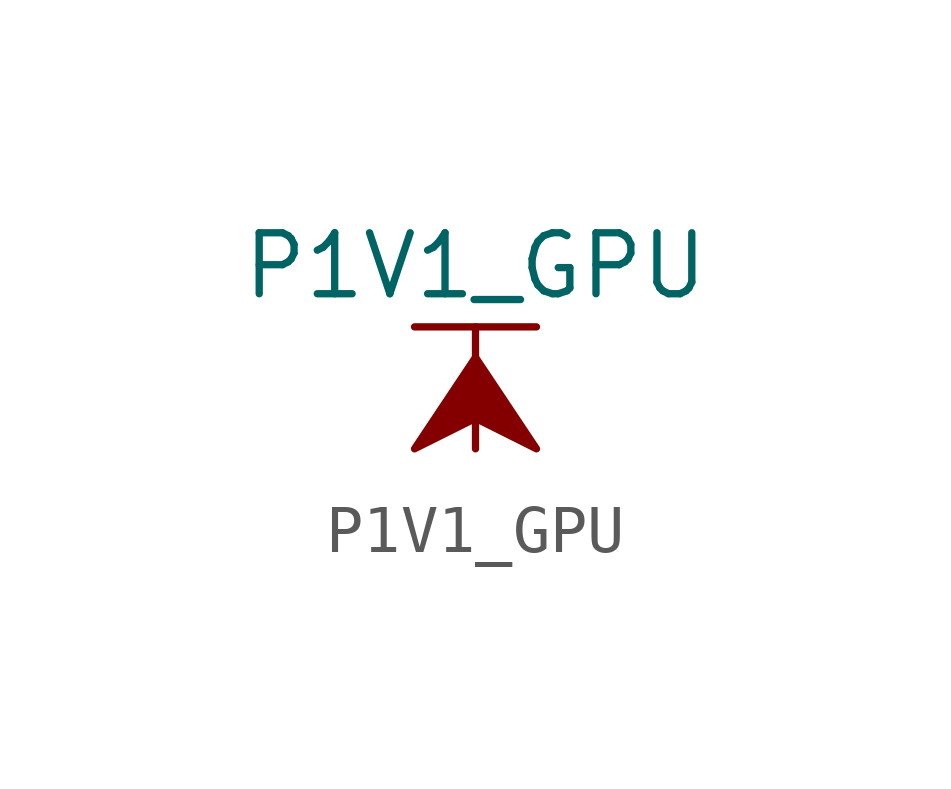
<source format=kicad_sym>
(kicad_symbol_lib
  (version 20211014)
  (generator kicad_symbol_editor)
  (symbol "P1V1_GPU"
    (power)
    (pin_names
      (offset 0))
    (property "Reference" "#PWR"
      (at 0 -3.81 0)
      (effects (font (size 1.27 1.27)) hide))
    (property "Value" "P1V1_GPU"
      (at 0 3.81 0)
      (effects (font (size 1.27 1.27))))
    (symbol "P1V1_GPU_0_1"
      (polyline (pts (xy -1.27 2.54) (xy 1.27 2.54)) (stroke (width 0.152) (type default) (color 0 0 0 0)) (fill (type none)))
      (polyline (pts (xy 0 0) (xy 0 2.54)) (stroke (width 0.152) (type default) (color 0 0 0 0)) (fill (type none)))
      (polyline (pts (xy 0 1.905) (xy -1.27 0) (xy 0 0.635) (xy 1.27 0) (xy 0 1.905)) (stroke (width 0.152) (type default) (color 0 0 0 0)) (fill (type outline))))
    (symbol "P1V1_GPU_1_1"
      (pin power_in line (at 0 0 90) (length 0) hide (name "P1V1_GPU" (effects (font (size 1.27 1.27)))) (number "1" (effects (font (size 1.27 1.27))))))))
</source>
